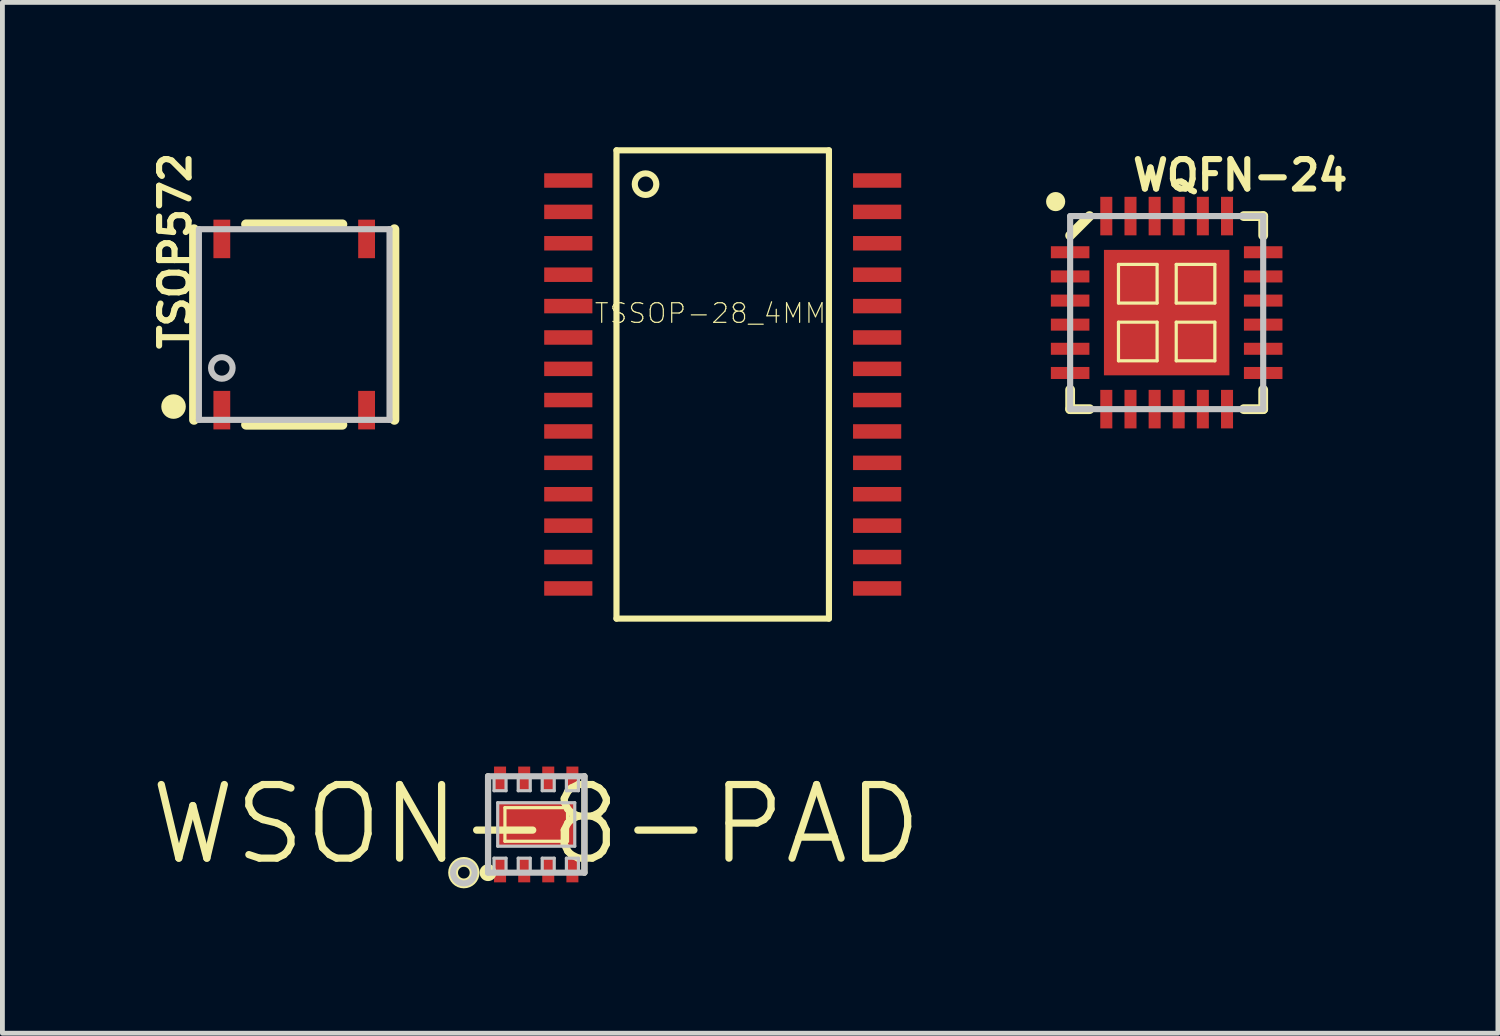
<source format=kicad_pcb>
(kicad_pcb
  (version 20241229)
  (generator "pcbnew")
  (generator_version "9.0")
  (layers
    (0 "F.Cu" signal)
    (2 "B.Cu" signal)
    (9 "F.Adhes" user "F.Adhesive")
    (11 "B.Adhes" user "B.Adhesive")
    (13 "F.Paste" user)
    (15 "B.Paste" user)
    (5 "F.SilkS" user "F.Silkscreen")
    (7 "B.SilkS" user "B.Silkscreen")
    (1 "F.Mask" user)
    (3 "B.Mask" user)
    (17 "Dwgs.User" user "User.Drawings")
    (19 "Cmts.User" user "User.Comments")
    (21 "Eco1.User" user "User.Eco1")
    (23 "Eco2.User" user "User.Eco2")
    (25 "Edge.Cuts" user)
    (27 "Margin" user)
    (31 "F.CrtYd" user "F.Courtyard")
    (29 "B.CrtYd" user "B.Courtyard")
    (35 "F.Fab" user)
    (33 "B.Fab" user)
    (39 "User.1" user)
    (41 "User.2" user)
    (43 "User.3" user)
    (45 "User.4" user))
  (footprint "WQFN-24"
    (layer "F.Cu")
    (at 21.111 3.424)
    (property "Reference" "WQFN-24" (at 1.524 -2.845 0) (layer "F.SilkS") (effects (font (size 0.61 0.61) (thickness 0.127))))
    (attr smd)
    (fp_line (start -1.999 -1.598) (end -1.598 -1.999) (stroke (width 0.203) (type solid)) (layer "F.SilkS"))
    (fp_line (start -1.999 1.999) (end -1.999 1.598) (stroke (width 0.203) (type solid)) (layer "F.SilkS"))
    (fp_line (start -1.999 1.999) (end -1.598 1.999) (stroke (width 0.203) (type solid)) (layer "F.SilkS"))
    (fp_line (start -0.998 -0.998) (end -0.198 -0.998) (stroke (width 0.066) (type solid)) (layer "F.SilkS"))
    (fp_line (start -0.998 -0.198) (end -0.998 -0.998) (stroke (width 0.066) (type solid)) (layer "F.SilkS"))
    (fp_line (start -0.998 -0.198) (end -0.198 -0.198) (stroke (width 0.066) (type solid)) (layer "F.SilkS"))
    (fp_line (start -0.998 0.198) (end -0.198 0.198) (stroke (width 0.066) (type solid)) (layer "F.SilkS"))
    (fp_line (start -0.998 0.998) (end -0.998 0.198) (stroke (width 0.066) (type solid)) (layer "F.SilkS"))
    (fp_line (start -0.998 0.998) (end -0.198 0.998) (stroke (width 0.066) (type solid)) (layer "F.SilkS"))
    (fp_line (start -0.198 -0.198) (end -0.198 -0.998) (stroke (width 0.066) (type solid)) (layer "F.SilkS"))
    (fp_line (start -0.198 0.998) (end -0.198 0.198) (stroke (width 0.066) (type solid)) (layer "F.SilkS"))
    (fp_line (start 0.198 -0.998) (end 0.998 -0.998) (stroke (width 0.066) (type solid)) (layer "F.SilkS"))
    (fp_line (start 0.198 -0.198) (end 0.198 -0.998) (stroke (width 0.066) (type solid)) (layer "F.SilkS"))
    (fp_line (start 0.198 -0.198) (end 0.998 -0.198) (stroke (width 0.066) (type solid)) (layer "F.SilkS"))
    (fp_line (start 0.198 0.198) (end 0.998 0.198) (stroke (width 0.066) (type solid)) (layer "F.SilkS"))
    (fp_line (start 0.198 0.998) (end 0.198 0.198) (stroke (width 0.066) (type solid)) (layer "F.SilkS"))
    (fp_line (start 0.198 0.998) (end 0.998 0.998) (stroke (width 0.066) (type solid)) (layer "F.SilkS"))
    (fp_line (start 0.998 -0.198) (end 0.998 -0.998) (stroke (width 0.066) (type solid)) (layer "F.SilkS"))
    (fp_line (start 0.998 0.998) (end 0.998 0.198) (stroke (width 0.066) (type solid)) (layer "F.SilkS"))
    (fp_line (start 1.999 -1.999) (end 1.598 -1.999) (stroke (width 0.203) (type solid)) (layer "F.SilkS"))
    (fp_line (start 1.999 -1.999) (end 1.999 -1.598) (stroke (width 0.203) (type solid)) (layer "F.SilkS"))
    (fp_line (start 1.999 1.999) (end 1.598 1.999) (stroke (width 0.203) (type solid)) (layer "F.SilkS"))
    (fp_line (start 1.999 1.999) (end 1.999 1.598) (stroke (width 0.203) (type solid)) (layer "F.SilkS"))
    (fp_circle (center -2.299 -2.299) (end -2.299 -2.497) (stroke (width 0) (type solid)) (fill yes) (layer "F.SilkS"))
    (fp_line (start -1.999 -1.999) (end 1.999 -1.999) (stroke (width 0.127) (type solid)) (layer "Dwgs.User"))
    (fp_line (start -1.999 1.999) (end -1.999 -1.999) (stroke (width 0.127) (type solid)) (layer "Dwgs.User"))
    (fp_line (start 1.999 -1.999) (end 1.999 1.999) (stroke (width 0.127) (type solid)) (layer "Dwgs.User"))
    (fp_line (start 1.999 1.999) (end -1.999 1.999) (stroke (width 0.127) (type solid)) (layer "Dwgs.User"))
    (pad "1" smd rect (at -1.999 -1.25 90) (size 0.249 0.798) (layers "F.Cu" "F.Mask" "F.Paste"))
    (pad "2" smd rect (at -1.999 -0.749 90) (size 0.249 0.798) (layers "F.Cu" "F.Mask" "F.Paste"))
    (pad "3" smd rect (at -1.999 -0.249 90) (size 0.249 0.798) (layers "F.Cu" "F.Mask" "F.Paste"))
    (pad "4" smd rect (at -1.999 0.249 90) (size 0.249 0.798) (layers "F.Cu" "F.Mask" "F.Paste"))
    (pad "5" smd rect (at -1.999 0.749 90) (size 0.249 0.798) (layers "F.Cu" "F.Mask" "F.Paste"))
    (pad "6" smd rect (at -1.999 1.25 90) (size 0.249 0.798) (layers "F.Cu" "F.Mask" "F.Paste"))
    (pad "7" smd rect (at -1.25 1.999) (size 0.249 0.798) (layers "F.Cu" "F.Mask" "F.Paste"))
    (pad "8" smd rect (at -0.749 1.999) (size 0.249 0.798) (layers "F.Cu" "F.Mask" "F.Paste"))
    (pad "9" smd rect (at -0.249 1.999) (size 0.249 0.798) (layers "F.Cu" "F.Mask" "F.Paste"))
    (pad "10" smd rect (at 0.249 1.999) (size 0.249 0.798) (layers "F.Cu" "F.Mask" "F.Paste"))
    (pad "11" smd rect (at 0.749 1.999) (size 0.249 0.798) (layers "F.Cu" "F.Mask" "F.Paste"))
    (pad "12" smd rect (at 1.25 1.999) (size 0.249 0.798) (layers "F.Cu" "F.Mask" "F.Paste"))
    (pad "13" smd rect (at 1.999 1.25 90) (size 0.249 0.798) (layers "F.Cu" "F.Mask" "F.Paste"))
    (pad "14" smd rect (at 1.999 0.749 90) (size 0.249 0.798) (layers "F.Cu" "F.Mask" "F.Paste"))
    (pad "15" smd rect (at 1.999 0.249 90) (size 0.249 0.798) (layers "F.Cu" "F.Mask" "F.Paste"))
    (pad "16" smd rect (at 1.999 -0.249 90) (size 0.249 0.798) (layers "F.Cu" "F.Mask" "F.Paste"))
    (pad "17" smd rect (at 1.999 -0.749 90) (size 0.249 0.798) (layers "F.Cu" "F.Mask" "F.Paste"))
    (pad "18" smd rect (at 1.999 -1.25 90) (size 0.249 0.798) (layers "F.Cu" "F.Mask" "F.Paste"))
    (pad "19" smd rect (at 1.25 -1.999) (size 0.249 0.798) (layers "F.Cu" "F.Mask" "F.Paste"))
    (pad "20" smd rect (at 0.749 -1.999) (size 0.249 0.798) (layers "F.Cu" "F.Mask" "F.Paste"))
    (pad "21" smd rect (at 0.249 -1.999) (size 0.249 0.798) (layers "F.Cu" "F.Mask" "F.Paste"))
    (pad "22" smd rect (at -0.249 -1.999) (size 0.249 0.798) (layers "F.Cu" "F.Mask" "F.Paste"))
    (pad "23" smd rect (at -0.749 -1.999) (size 0.249 0.798) (layers "F.Cu" "F.Mask" "F.Paste"))
    (pad "24" smd rect (at -1.25 -1.999) (size 0.249 0.798) (layers "F.Cu" "F.Mask" "F.Paste"))
    (pad "EP" smd rect (at 0 0) (size 2.598 2.598) (layers "F.Cu" "F.Mask" "F.Paste")))
  (footprint "WSON-8-PAD"
    (layer "F.Cu")
    (at 8.055 14.024)
    (property "Reference" "WSON-8-PAD" (at 0 0 0) (layer "F.SilkS") (effects (font (size 1.524 1.524) (thickness 0.15))))
    (attr smd)
    (fp_line (start -0.998 -0.998) (end -0.998 0.998) (stroke (width 0.127) (type solid)) (layer "F.SilkS"))
    (fp_line (start -0.648 -0.348) (end 0.648 -0.348) (stroke (width 0.066) (type solid)) (layer "F.SilkS"))
    (fp_line (start -0.648 0.348) (end -0.648 -0.348) (stroke (width 0.066) (type solid)) (layer "F.SilkS"))
    (fp_line (start -0.648 0.348) (end 0.648 0.348) (stroke (width 0.066) (type solid)) (layer "F.SilkS"))
    (fp_line (start 0.648 0.348) (end 0.648 -0.348) (stroke (width 0.066) (type solid)) (layer "F.SilkS"))
    (fp_line (start 0.998 -0.998) (end 0.998 0.998) (stroke (width 0.127) (type solid)) (layer "F.SilkS"))
    (fp_circle (center -1.499 0.998) (end -1.499 0.775) (stroke (width 0.203) (type solid)) (fill no) (layer "F.SilkS"))
    (fp_circle (center -0.998 0.998) (end -0.998 0.95) (stroke (width 0.127) (type solid)) (fill no) (layer "F.SilkS"))
    (fp_line (start -0.998 -0.998) (end 0.998 -0.998) (stroke (width 0.127) (type solid)) (layer "Dwgs.User"))
    (fp_line (start -0.998 0.998) (end -0.998 -0.998) (stroke (width 0.127) (type solid)) (layer "Dwgs.User"))
    (fp_line (start -0.874 -0.998) (end -0.625 -0.998) (stroke (width 0.066) (type solid)) (layer "Dwgs.User"))
    (fp_line (start -0.874 -0.699) (end -0.874 -0.998) (stroke (width 0.066) (type solid)) (layer "Dwgs.User"))
    (fp_line (start -0.874 -0.699) (end -0.625 -0.699) (stroke (width 0.066) (type solid)) (layer "Dwgs.User"))
    (fp_line (start -0.874 0.699) (end -0.625 0.699) (stroke (width 0.066) (type solid)) (layer "Dwgs.User"))
    (fp_line (start -0.874 0.998) (end -0.874 0.699) (stroke (width 0.066) (type solid)) (layer "Dwgs.User"))
    (fp_line (start -0.874 0.998) (end -0.625 0.998) (stroke (width 0.066) (type solid)) (layer "Dwgs.User"))
    (fp_line (start -0.798 -0.45) (end 0.798 -0.45) (stroke (width 0.066) (type solid)) (layer "Dwgs.User"))
    (fp_line (start -0.798 0.45) (end -0.798 -0.45) (stroke (width 0.066) (type solid)) (layer "Dwgs.User"))
    (fp_line (start -0.798 0.45) (end 0.798 0.45) (stroke (width 0.066) (type solid)) (layer "Dwgs.User"))
    (fp_line (start -0.625 -0.699) (end -0.625 -0.998) (stroke (width 0.066) (type solid)) (layer "Dwgs.User"))
    (fp_line (start -0.625 0.998) (end -0.625 0.699) (stroke (width 0.066) (type solid)) (layer "Dwgs.User"))
    (fp_line (start -0.373 -0.998) (end -0.124 -0.998) (stroke (width 0.066) (type solid)) (layer "Dwgs.User"))
    (fp_line (start -0.373 -0.699) (end -0.373 -0.998) (stroke (width 0.066) (type solid)) (layer "Dwgs.User"))
    (fp_line (start -0.373 -0.699) (end -0.124 -0.699) (stroke (width 0.066) (type solid)) (layer "Dwgs.User"))
    (fp_line (start -0.373 0.699) (end -0.124 0.699) (stroke (width 0.066) (type solid)) (layer "Dwgs.User"))
    (fp_line (start -0.373 0.998) (end -0.373 0.699) (stroke (width 0.066) (type solid)) (layer "Dwgs.User"))
    (fp_line (start -0.373 0.998) (end -0.124 0.998) (stroke (width 0.066) (type solid)) (layer "Dwgs.User"))
    (fp_line (start -0.124 -0.699) (end -0.124 -0.998) (stroke (width 0.066) (type solid)) (layer "Dwgs.User"))
    (fp_line (start -0.124 0.998) (end -0.124 0.699) (stroke (width 0.066) (type solid)) (layer "Dwgs.User"))
    (fp_line (start 0.124 -0.998) (end 0.373 -0.998) (stroke (width 0.066) (type solid)) (layer "Dwgs.User"))
    (fp_line (start 0.124 -0.699) (end 0.124 -0.998) (stroke (width 0.066) (type solid)) (layer "Dwgs.User"))
    (fp_line (start 0.124 -0.699) (end 0.373 -0.699) (stroke (width 0.066) (type solid)) (layer "Dwgs.User"))
    (fp_line (start 0.124 0.699) (end 0.373 0.699) (stroke (width 0.066) (type solid)) (layer "Dwgs.User"))
    (fp_line (start 0.124 0.998) (end 0.124 0.699) (stroke (width 0.066) (type solid)) (layer "Dwgs.User"))
    (fp_line (start 0.124 0.998) (end 0.373 0.998) (stroke (width 0.066) (type solid)) (layer "Dwgs.User"))
    (fp_line (start 0.373 -0.699) (end 0.373 -0.998) (stroke (width 0.066) (type solid)) (layer "Dwgs.User"))
    (fp_line (start 0.373 0.998) (end 0.373 0.699) (stroke (width 0.066) (type solid)) (layer "Dwgs.User"))
    (fp_line (start 0.625 -0.998) (end 0.874 -0.998) (stroke (width 0.066) (type solid)) (layer "Dwgs.User"))
    (fp_line (start 0.625 -0.699) (end 0.625 -0.998) (stroke (width 0.066) (type solid)) (layer "Dwgs.User"))
    (fp_line (start 0.625 -0.699) (end 0.874 -0.699) (stroke (width 0.066) (type solid)) (layer "Dwgs.User"))
    (fp_line (start 0.625 0.699) (end 0.874 0.699) (stroke (width 0.066) (type solid)) (layer "Dwgs.User"))
    (fp_line (start 0.625 0.998) (end 0.625 0.699) (stroke (width 0.066) (type solid)) (layer "Dwgs.User"))
    (fp_line (start 0.625 0.998) (end 0.874 0.998) (stroke (width 0.066) (type solid)) (layer "Dwgs.User"))
    (fp_line (start 0.798 0.45) (end 0.798 -0.45) (stroke (width 0.066) (type solid)) (layer "Dwgs.User"))
    (fp_line (start 0.874 -0.699) (end 0.874 -0.998) (stroke (width 0.066) (type solid)) (layer "Dwgs.User"))
    (fp_line (start 0.874 0.998) (end 0.874 0.699) (stroke (width 0.066) (type solid)) (layer "Dwgs.User"))
    (fp_line (start 0.998 -0.998) (end 0.998 0.998) (stroke (width 0.127) (type solid)) (layer "Dwgs.User"))
    (fp_line (start 0.998 0.998) (end -0.998 0.998) (stroke (width 0.127) (type solid)) (layer "Dwgs.User"))
    (fp_circle (center -1.499 0.998) (end -1.499 0.775) (stroke (width 0.127) (type solid)) (fill no) (layer "Dwgs.User"))
    (pad "1" smd rect (at -0.749 0.95) (size 0.249 0.498) (layers "F.Cu" "F.Mask" "F.Paste"))
    (pad "2" smd rect (at -0.249 0.95) (size 0.249 0.498) (layers "F.Cu" "F.Mask" "F.Paste"))
    (pad "3" smd rect (at 0.249 0.95) (size 0.249 0.498) (layers "F.Cu" "F.Mask" "F.Paste"))
    (pad "4" smd rect (at 0.749 0.95) (size 0.249 0.498) (layers "F.Cu" "F.Mask" "F.Paste"))
    (pad "5" smd rect (at 0.749 -0.95) (size 0.249 0.498) (layers "F.Cu" "F.Mask" "F.Paste"))
    (pad "6" smd rect (at 0.249 -0.95) (size 0.249 0.498) (layers "F.Cu" "F.Mask" "F.Paste"))
    (pad "7" smd rect (at -0.249 -0.95) (size 0.249 0.498) (layers "F.Cu" "F.Mask" "F.Paste"))
    (pad "8" smd rect (at -0.749 -0.95) (size 0.249 0.498) (layers "F.Cu" "F.Mask" "F.Paste"))
    (pad "PAD" smd rect (at 0 0) (size 1.598 0.899) (layers "F.Cu" "F.Mask" "F.Paste")))
  (footprint "TSOP572"
    (layer "F.Cu")
    (at 3.043 3.671)
    (property "Reference" "TSOP572" (at -2.464 -1.524 90) (layer "F.SilkS") (effects (font (size 0.61 0.61) (thickness 0.127))))
    (attr smd)
    (fp_line (start -2.075 -1.974) (end -2.075 1.974) (stroke (width 0.203) (type solid)) (layer "F.SilkS"))
    (fp_line (start 0.998 -2.075) (end -0.998 -2.075) (stroke (width 0.203) (type solid)) (layer "F.SilkS"))
    (fp_line (start 0.998 2.075) (end -0.998 2.075) (stroke (width 0.203) (type solid)) (layer "F.SilkS"))
    (fp_line (start 2.075 -1.974) (end 2.075 1.974) (stroke (width 0.203) (type solid)) (layer "F.SilkS"))
    (fp_circle (center -2.499 1.699) (end -2.499 1.445) (stroke (width 0) (type solid)) (fill yes) (layer "F.SilkS"))
    (fp_line (start -1.974 -1.974) (end -1.974 1.974) (stroke (width 0.127) (type solid)) (layer "Dwgs.User"))
    (fp_line (start -1.974 1.974) (end 1.974 1.974) (stroke (width 0.127) (type solid)) (layer "Dwgs.User"))
    (fp_line (start 1.974 -1.974) (end -1.974 -1.974) (stroke (width 0.127) (type solid)) (layer "Dwgs.User"))
    (fp_line (start 1.974 1.974) (end 1.974 -1.974) (stroke (width 0.127) (type solid)) (layer "Dwgs.User"))
    (fp_circle (center -1.499 0.899) (end -1.499 0.676) (stroke (width 0.127) (type solid)) (fill no) (layer "Dwgs.User"))
    (pad "1" smd rect (at -1.499 1.773 90) (size 0.798 0.348) (layers "F.Cu" "F.Mask" "F.Paste"))
    (pad "5" smd rect (at 1.499 1.773 90) (size 0.798 0.348) (layers "F.Cu" "F.Mask" "F.Paste"))
    (pad "6" smd rect (at 1.499 -1.773 90) (size 0.798 0.348) (layers "F.Cu" "F.Mask" "F.Paste"))
    (pad "8" smd rect (at -1.499 -1.773 90) (size 0.798 0.348) (layers "F.Cu" "F.Mask" "F.Paste")))
  (footprint "TSSOP-28_4MM"
    (layer "F.Cu")
    (at 11.917 4.912)
    (property "Reference" "TSSOP-28_4MM" (at -0.254 -1.473 0) (layer "F.SilkS") (effects (font (size 0.406 0.406) (thickness 0.025))))
    (attr smd)
    (fp_line (start -2.2 -4.849) (end -2.2 4.849) (stroke (width 0.127) (type solid)) (layer "F.SilkS"))
    (fp_line (start -2.2 -4.849) (end 2.2 -4.849) (stroke (width 0.127) (type solid)) (layer "F.SilkS"))
    (fp_line (start -2.2 4.849) (end 2.2 4.849) (stroke (width 0.127) (type solid)) (layer "F.SilkS"))
    (fp_line (start 2.2 -4.849) (end 2.2 4.849) (stroke (width 0.127) (type solid)) (layer "F.SilkS"))
    (fp_circle (center -1.598 -4.148) (end -1.598 -4.371) (stroke (width 0.127) (type solid)) (fill no) (layer "F.SilkS"))
    (pad "1" smd rect (at -3.198 -4.224) (size 0.998 0.3) (layers "F.Cu" "F.Mask" "F.Paste"))
    (pad "2" smd rect (at -3.198 -3.574) (size 0.998 0.3) (layers "F.Cu" "F.Mask" "F.Paste"))
    (pad "3" smd rect (at -3.198 -2.924) (size 0.998 0.3) (layers "F.Cu" "F.Mask" "F.Paste"))
    (pad "4" smd rect (at -3.198 -2.273) (size 0.998 0.3) (layers "F.Cu" "F.Mask" "F.Paste"))
    (pad "5" smd rect (at -3.198 -1.623) (size 0.998 0.3) (layers "F.Cu" "F.Mask" "F.Paste"))
    (pad "6" smd rect (at -3.198 -0.973) (size 0.998 0.3) (layers "F.Cu" "F.Mask" "F.Paste"))
    (pad "7" smd rect (at -3.198 -0.323) (size 0.998 0.3) (layers "F.Cu" "F.Mask" "F.Paste"))
    (pad "8" smd rect (at -3.198 0.323) (size 0.998 0.3) (layers "F.Cu" "F.Mask" "F.Paste"))
    (pad "9" smd rect (at -3.198 0.973) (size 0.998 0.3) (layers "F.Cu" "F.Mask" "F.Paste"))
    (pad "10" smd rect (at -3.198 1.623) (size 0.998 0.3) (layers "F.Cu" "F.Mask" "F.Paste"))
    (pad "11" smd rect (at -3.198 2.273) (size 0.998 0.3) (layers "F.Cu" "F.Mask" "F.Paste"))
    (pad "12" smd rect (at -3.198 2.924) (size 0.998 0.3) (layers "F.Cu" "F.Mask" "F.Paste"))
    (pad "13" smd rect (at -3.198 3.574) (size 0.998 0.3) (layers "F.Cu" "F.Mask" "F.Paste"))
    (pad "14" smd rect (at -3.198 4.224) (size 0.998 0.3) (layers "F.Cu" "F.Mask" "F.Paste"))
    (pad "15" smd rect (at 3.198 4.224) (size 0.998 0.3) (layers "F.Cu" "F.Mask" "F.Paste"))
    (pad "16" smd rect (at 3.198 3.574) (size 0.998 0.3) (layers "F.Cu" "F.Mask" "F.Paste"))
    (pad "17" smd rect (at 3.198 2.924) (size 0.998 0.3) (layers "F.Cu" "F.Mask" "F.Paste"))
    (pad "18" smd rect (at 3.198 2.273) (size 0.998 0.3) (layers "F.Cu" "F.Mask" "F.Paste"))
    (pad "19" smd rect (at 3.198 1.623) (size 0.998 0.3) (layers "F.Cu" "F.Mask" "F.Paste"))
    (pad "20" smd rect (at 3.198 0.973) (size 0.998 0.3) (layers "F.Cu" "F.Mask" "F.Paste"))
    (pad "21" smd rect (at 3.198 0.323) (size 0.998 0.3) (layers "F.Cu" "F.Mask" "F.Paste"))
    (pad "22" smd rect (at 3.198 -0.323) (size 0.998 0.3) (layers "F.Cu" "F.Mask" "F.Paste"))
    (pad "23" smd rect (at 3.198 -0.973) (size 0.998 0.3) (layers "F.Cu" "F.Mask" "F.Paste"))
    (pad "24" smd rect (at 3.198 -1.623) (size 0.998 0.3) (layers "F.Cu" "F.Mask" "F.Paste"))
    (pad "25" smd rect (at 3.198 -2.273) (size 0.998 0.3) (layers "F.Cu" "F.Mask" "F.Paste"))
    (pad "26" smd rect (at 3.198 -2.924) (size 0.998 0.3) (layers "F.Cu" "F.Mask" "F.Paste"))
    (pad "27" smd rect (at 3.198 -3.574) (size 0.998 0.3) (layers "F.Cu" "F.Mask" "F.Paste"))
    (pad "28" smd rect (at 3.198 -4.224) (size 0.998 0.3) (layers "F.Cu" "F.Mask" "F.Paste")))
  (gr_rect
    (start -3 -3)
    (end 27.971 18.347)
    (stroke (width 0.1) (type default))
    (fill no)
    (layer "Edge.Cuts")))
</source>
